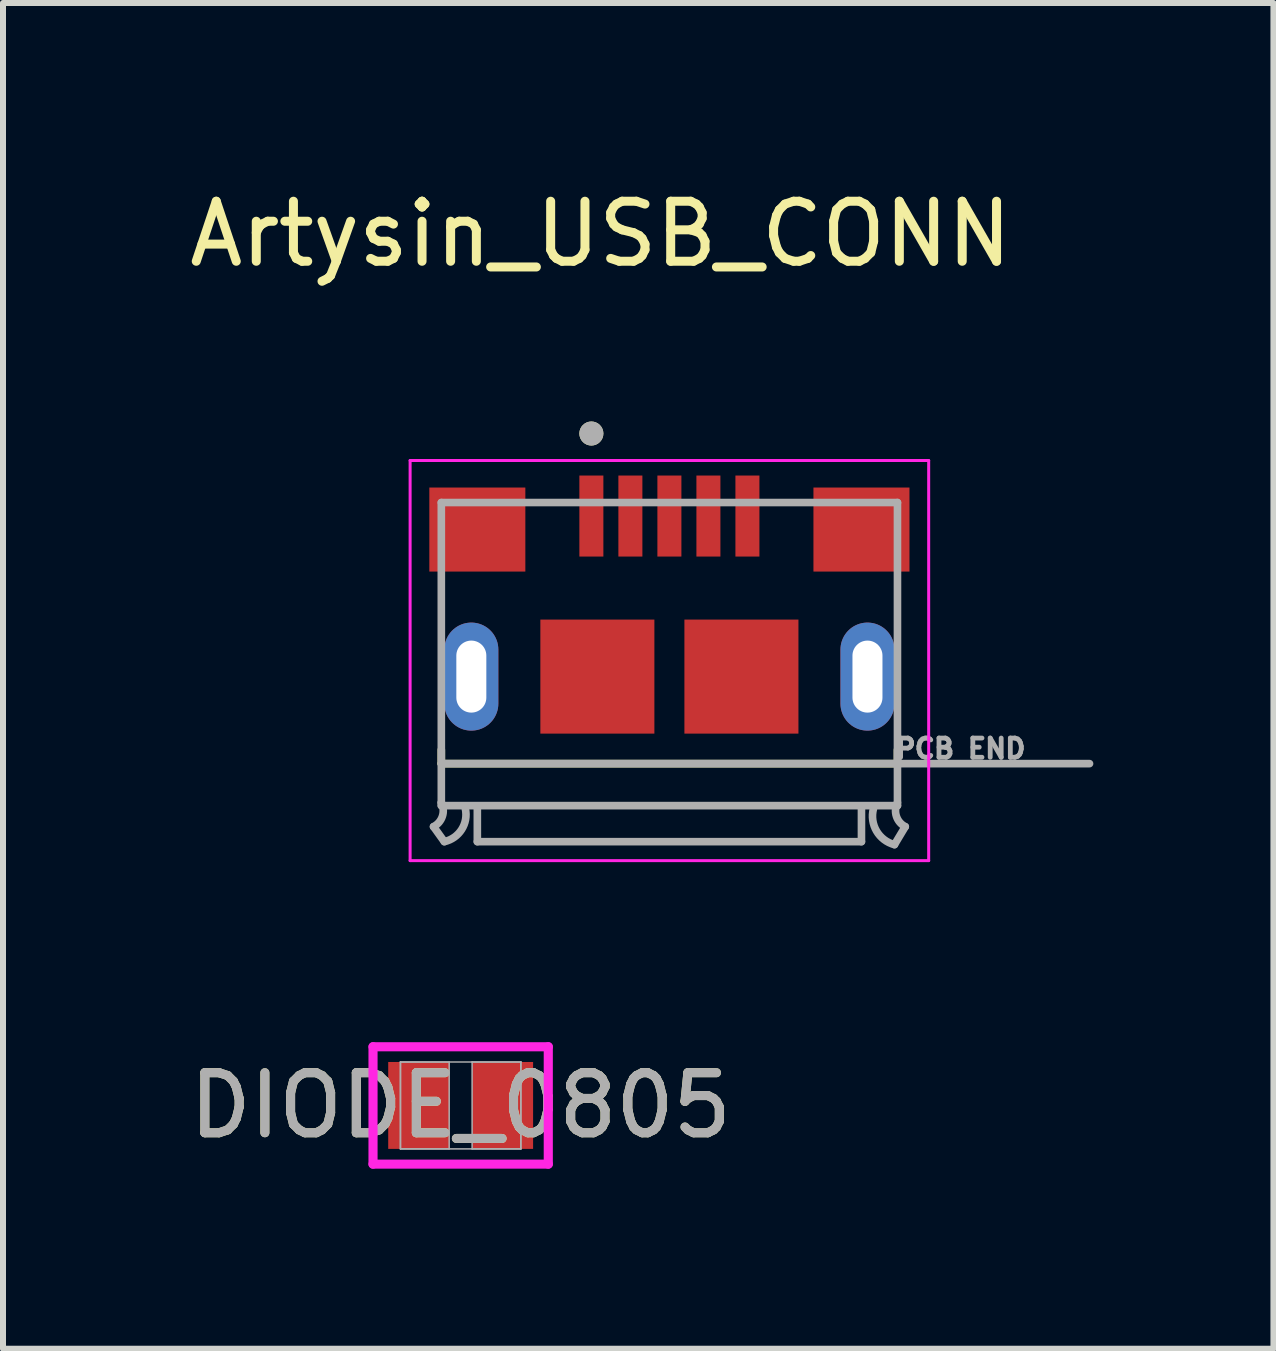
<source format=kicad_pcb>
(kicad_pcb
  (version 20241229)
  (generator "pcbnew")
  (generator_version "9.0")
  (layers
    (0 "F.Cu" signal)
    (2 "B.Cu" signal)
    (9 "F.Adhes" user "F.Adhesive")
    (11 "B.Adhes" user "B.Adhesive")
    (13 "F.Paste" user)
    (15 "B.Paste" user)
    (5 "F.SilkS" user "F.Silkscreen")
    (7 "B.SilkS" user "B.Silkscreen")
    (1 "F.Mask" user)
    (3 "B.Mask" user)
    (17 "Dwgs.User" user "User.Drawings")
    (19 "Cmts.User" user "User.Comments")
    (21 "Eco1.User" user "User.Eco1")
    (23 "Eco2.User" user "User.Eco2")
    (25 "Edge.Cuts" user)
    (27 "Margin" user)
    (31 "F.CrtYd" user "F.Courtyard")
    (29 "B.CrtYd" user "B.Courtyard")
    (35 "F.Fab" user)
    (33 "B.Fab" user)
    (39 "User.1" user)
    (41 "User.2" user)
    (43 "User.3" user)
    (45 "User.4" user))
  (footprint "DIODE_0805"
    (layer "F.Cu")
    (at 4.625 15.368)
    (property "Reference" "DIODE_0805" (at 0 0 0) (unlocked yes) (layer "F.SilkS") (effects (font (size 1 1) (thickness 0.15))))
    (attr smd)
    (fp_line (start -1.46 -0.978) (end 1.46 -0.978) (stroke (width 0.152) (type solid)) (layer "F.CrtYd"))
    (fp_line (start -1.46 0.978) (end -1.46 -0.978) (stroke (width 0.152) (type solid)) (layer "F.CrtYd"))
    (fp_line (start 1.46 -0.978) (end 1.46 0.978) (stroke (width 0.152) (type solid)) (layer "F.CrtYd"))
    (fp_line (start 1.46 0.978) (end -1.46 0.978) (stroke (width 0.152) (type solid)) (layer "F.CrtYd"))
    (fp_line (start -1.003 -0.724) (end -1.003 0.724) (stroke (width 0.025) (type solid)) (layer "F.Fab"))
    (fp_line (start -1.003 -0.724) (end -1.003 0.724) (stroke (width 0.025) (type solid)) (layer "F.Fab"))
    (fp_line (start -1.003 0.724) (end -0.191 0.724) (stroke (width 0.025) (type solid)) (layer "F.Fab"))
    (fp_line (start -1.003 0.724) (end 1.003 0.724) (stroke (width 0.025) (type solid)) (layer "F.Fab"))
    (fp_line (start -0.191 -0.724) (end -1.003 -0.724) (stroke (width 0.025) (type solid)) (layer "F.Fab"))
    (fp_line (start -0.191 0.724) (end -0.191 -0.724) (stroke (width 0.025) (type solid)) (layer "F.Fab"))
    (fp_line (start 0.191 -0.724) (end 0.191 0.724) (stroke (width 0.025) (type solid)) (layer "F.Fab"))
    (fp_line (start 0.191 0.724) (end 1.003 0.724) (stroke (width 0.025) (type solid)) (layer "F.Fab"))
    (fp_line (start 1.003 -0.724) (end -1.003 -0.724) (stroke (width 0.025) (type solid)) (layer "F.Fab"))
    (fp_line (start 1.003 -0.724) (end 0.191 -0.724) (stroke (width 0.025) (type solid)) (layer "F.Fab"))
    (fp_line (start 1.003 0.724) (end 1.003 -0.724) (stroke (width 0.025) (type solid)) (layer "F.Fab"))
    (fp_line (start 1.003 0.724) (end 1.003 -0.724) (stroke (width 0.025) (type solid)) (layer "F.Fab"))
    (fp_text user "${REFERENCE}" (at 0 0 0) (unlocked yes) (layer "F.Fab") (effects (font (size 1 1) (thickness 0.15))))
    (pad "1" smd rect (at -0.699 0) (size 1.016 1.448) (layers "F.Cu" "F.Mask" "F.Paste"))
    (pad "2" smd rect (at 0.699 0) (size 1.016 1.448) (layers "F.Cu" "F.Mask" "F.Paste"))
    (zone (net_name "") (layer "F.Cu") (hatch full 0.508) (connect_pads) (min_thickness 0.254) (filled_areas_thickness no) (keepout (tracks not_allowed) (vias not_allowed) (pads allowed) (copperpour not_allowed) (footprints allowed)) (placement (enabled no)) (fill) (polygon (pts (xy 4.485 14.695) (xy 4.765 14.695) (xy 4.765 16.041) (xy 4.485 16.041)))))
  (footprint "Artysin_USB_CONN"
    (layer "F.Cu")
    (at 8.103 8.223)
    (property "Reference" "Artysin_USB_CONN" (at -1.145 -7.375 0) (layer "F.SilkS") (effects (font (size 1 1) (thickness 0.15))))
    (attr smd)
    (fp_line (start -3.8 1.45) (end -3.8 1.22) (stroke (width 0.127) (type solid)) (layer "F.SilkS"))
    (fp_line (start -3.8 1.45) (end 3.8 1.45) (stroke (width 0.127) (type solid)) (layer "F.SilkS"))
    (fp_line (start 3.8 1.45) (end 3.8 1.22) (stroke (width 0.127) (type solid)) (layer "F.SilkS"))
    (fp_circle (center -1.3 -4.05) (end -1.2 -4.05) (stroke (width 0.2) (type solid)) (fill no) (layer "F.SilkS"))
    (fp_line (start -4.32 -3.6) (end -4.32 3.066) (stroke (width 0.05) (type solid)) (layer "F.CrtYd"))
    (fp_line (start -4.32 3.066) (end 4.32 3.066) (stroke (width 0.05) (type solid)) (layer "F.CrtYd"))
    (fp_line (start 4.32 -3.6) (end -4.32 -3.6) (stroke (width 0.05) (type solid)) (layer "F.CrtYd"))
    (fp_line (start 4.32 3.066) (end 4.32 -3.6) (stroke (width 0.05) (type solid)) (layer "F.CrtYd"))
    (fp_line (start -3.93 2.5) (end -3.75 2.75) (stroke (width 0.127) (type solid)) (layer "F.Fab"))
    (fp_line (start -3.8 -2.9) (end 3.8 -2.9) (stroke (width 0.127) (type solid)) (layer "F.Fab"))
    (fp_line (start -3.8 1.45) (end 3.8 1.45) (stroke (width 0.127) (type solid)) (layer "F.Fab"))
    (fp_line (start -3.8 2.1) (end -3.8 -2.9) (stroke (width 0.127) (type solid)) (layer "F.Fab"))
    (fp_line (start -3.8 2.15) (end -3.8 2.1) (stroke (width 0.127) (type solid)) (layer "F.Fab"))
    (fp_line (start -3.2 2.2) (end -3.2 2.75) (stroke (width 0.127) (type solid)) (layer "F.Fab"))
    (fp_line (start -3.2 2.75) (end 3.2 2.75) (stroke (width 0.127) (type solid)) (layer "F.Fab"))
    (fp_line (start 3.2 2.75) (end 3.2 2.2) (stroke (width 0.127) (type solid)) (layer "F.Fab"))
    (fp_line (start 3.8 -2.9) (end 3.8 1.45) (stroke (width 0.127) (type solid)) (layer "F.Fab"))
    (fp_line (start 3.8 1.45) (end 3.8 2.15) (stroke (width 0.127) (type solid)) (layer "F.Fab"))
    (fp_line (start 3.8 1.45) (end 7 1.45) (stroke (width 0.127) (type solid)) (layer "F.Fab"))
    (fp_line (start 3.8 2.15) (end -3.8 2.15) (stroke (width 0.127) (type solid)) (layer "F.Fab"))
    (fp_line (start 3.93 2.5) (end 3.75 2.8) (stroke (width 0.127) (type solid)) (layer "F.Fab"))
    (fp_arc (start -3.8 2.1) (mid -3.782157 2.326924) (end -3.93 2.5) (stroke (width 0.127) (type solid)) (layer "F.Fab"))
    (fp_arc (start -3.4 2.2) (mid -3.461091 2.547487) (end -3.75 2.75) (stroke (width 0.127) (type solid)) (layer "F.Fab"))
    (fp_arc (start 3.75 2.8) (mid 3.450736 2.572487) (end 3.4 2.2) (stroke (width 0.127) (type solid)) (layer "F.Fab"))
    (fp_arc (start 3.93 2.5) (mid 3.782157 2.326924) (end 3.8 2.1) (stroke (width 0.127) (type solid)) (layer "F.Fab"))
    (fp_circle (center -1.3 -4.05) (end -1.2 -4.05) (stroke (width 0.2) (type solid)) (fill no) (layer "F.Fab"))
    (fp_text user "PCB END" (at 4.85 1.2 0) (layer "F.Fab") (effects (font (size 0.32 0.32) (thickness 0.15))))
    (pad "1" smd rect (at -1.3 -2.675) (size 0.4 1.35) (layers "F.Cu" "F.Mask" "F.Paste"))
    (pad "2" smd rect (at -0.65 -2.675) (size 0.4 1.35) (layers "F.Cu" "F.Mask" "F.Paste"))
    (pad "3" smd rect (at 0 -2.675) (size 0.4 1.35) (layers "F.Cu" "F.Mask" "F.Paste"))
    (pad "4" smd rect (at 0.65 -2.675) (size 0.4 1.35) (layers "F.Cu" "F.Mask" "F.Paste"))
    (pad "5" smd rect (at 1.3 -2.675) (size 0.4 1.35) (layers "F.Cu" "F.Mask" "F.Paste"))
    (pad "S1" smd rect (at -3.2 -2.45) (size 1.6 1.4) (layers "F.Cu" "F.Mask" "F.Paste"))
    (pad "S2" smd rect (at 3.2 -2.45) (size 1.6 1.4) (layers "F.Cu" "F.Mask" "F.Paste"))
    (pad "S3" smd rect (at 1.2 0) (size 1.9 1.9) (layers "F.Cu" "F.Mask" "F.Paste"))
    (pad "S4" smd rect (at -1.2 0) (size 1.9 1.9) (layers "F.Cu" "F.Mask" "F.Paste"))
    (pad "S5" thru_hole oval (at -3.3 0) (size 0.9 1.8) (drill oval 0.5 1.2) (layers "*.Cu" "*.Mask"))
    (pad "S6" thru_hole oval (at 3.3 0) (size 0.9 1.8) (drill oval 0.5 1.2) (layers "*.Cu" "*.Mask")))
  (gr_rect
    (start -3 -3)
    (end 18.167 19.422)
    (stroke (width 0.1) (type default))
    (fill no)
    (layer "Edge.Cuts")))
</source>
